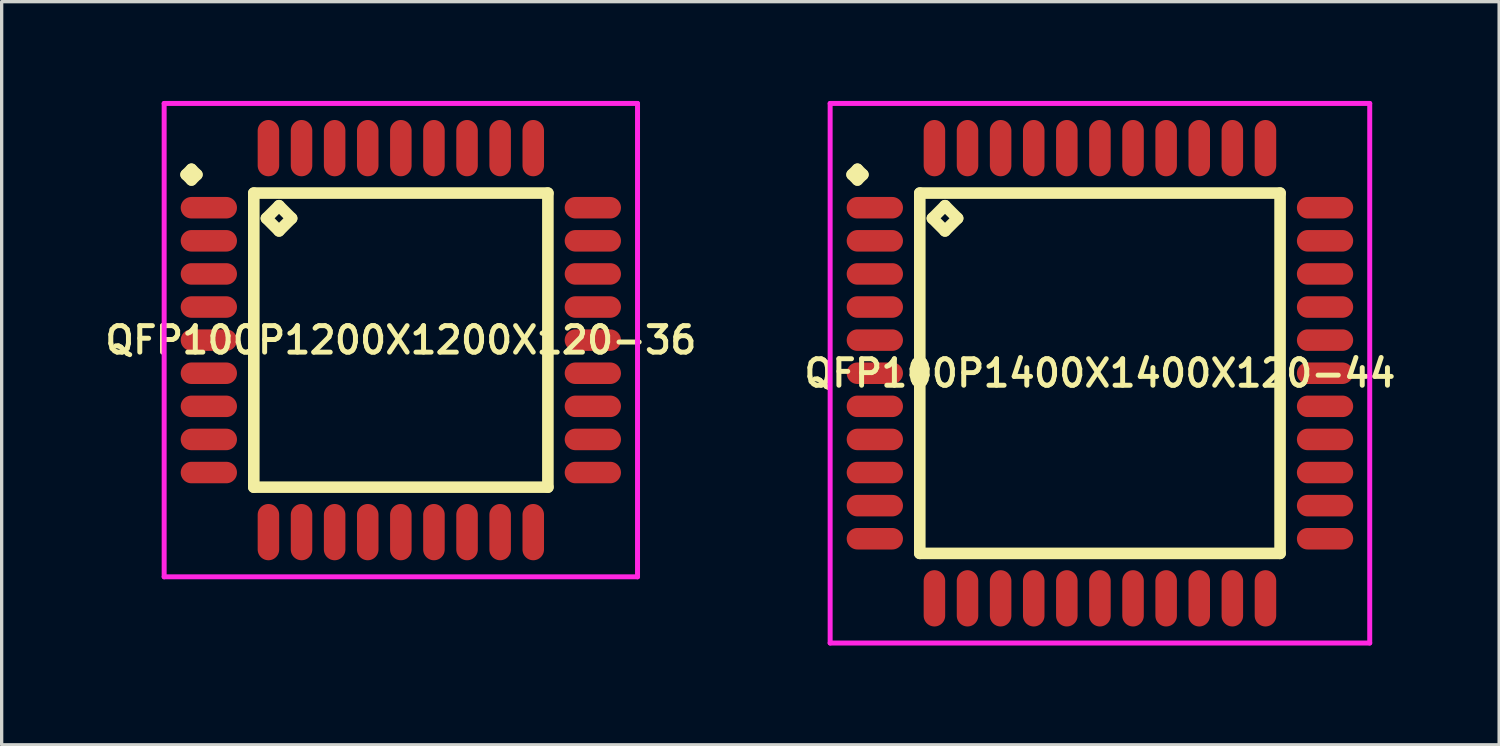
<source format=kicad_pcb>
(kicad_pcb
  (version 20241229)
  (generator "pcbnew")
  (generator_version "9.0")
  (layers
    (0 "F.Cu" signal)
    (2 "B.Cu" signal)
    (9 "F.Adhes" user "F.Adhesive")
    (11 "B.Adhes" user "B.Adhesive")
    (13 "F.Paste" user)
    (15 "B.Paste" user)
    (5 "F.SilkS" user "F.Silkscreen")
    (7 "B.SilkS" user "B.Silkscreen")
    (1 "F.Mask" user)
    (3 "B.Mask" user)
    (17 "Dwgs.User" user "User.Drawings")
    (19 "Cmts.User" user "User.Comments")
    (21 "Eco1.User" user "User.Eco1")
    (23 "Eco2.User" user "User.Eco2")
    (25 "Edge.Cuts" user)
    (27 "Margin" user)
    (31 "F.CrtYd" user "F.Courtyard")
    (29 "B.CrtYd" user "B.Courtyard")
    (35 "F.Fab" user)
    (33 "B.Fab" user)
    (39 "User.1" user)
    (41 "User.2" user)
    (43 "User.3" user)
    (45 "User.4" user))
  (footprint "QFP100P1400X1400X120-44"
    (layer "F.Cu")
    (at 30.178 8.225)
    (property "Reference" "QFP100P1400X1400X120-44" (at 0 0 0) (layer "F.SilkS") (effects (font (size 0.8 0.8) (thickness 0.15))))
    (attr smd)
    (fp_line (start -7.487 -6) (end -7.325 -6.162) (stroke (width 0.35) (type solid)) (layer "F.SilkS"))
    (fp_line (start -7.325 -6.162) (end -7.162 -6) (stroke (width 0.35) (type solid)) (layer "F.SilkS"))
    (fp_line (start -7.325 -5.838) (end -7.487 -6) (stroke (width 0.35) (type solid)) (layer "F.SilkS"))
    (fp_line (start -7.162 -6) (end -7.325 -5.838) (stroke (width 0.35) (type solid)) (layer "F.SilkS"))
    (fp_line (start -5.442 -5.442) (end -5.442 5.442) (stroke (width 0.35) (type solid)) (layer "F.SilkS"))
    (fp_line (start -5.442 5.442) (end 5.442 5.442) (stroke (width 0.35) (type solid)) (layer "F.SilkS"))
    (fp_line (start -5.061 -4.68) (end -4.68 -5.061) (stroke (width 0.35) (type solid)) (layer "F.SilkS"))
    (fp_line (start -4.68 -5.061) (end -4.299 -4.68) (stroke (width 0.35) (type solid)) (layer "F.SilkS"))
    (fp_line (start -4.68 -4.299) (end -5.061 -4.68) (stroke (width 0.35) (type solid)) (layer "F.SilkS"))
    (fp_line (start -4.299 -4.68) (end -4.68 -4.299) (stroke (width 0.35) (type solid)) (layer "F.SilkS"))
    (fp_line (start 5.442 -5.442) (end -5.442 -5.442) (stroke (width 0.35) (type solid)) (layer "F.SilkS"))
    (fp_line (start 5.442 5.442) (end 5.442 -5.442) (stroke (width 0.35) (type solid)) (layer "F.SilkS"))
    (fp_line (start -8.15 -8.15) (end 8.15 -8.15) (stroke (width 0.15) (type solid)) (layer "F.CrtYd"))
    (fp_line (start -8.15 8.15) (end -8.15 -8.15) (stroke (width 0.15) (type solid)) (layer "F.CrtYd"))
    (fp_line (start 8.15 -8.15) (end 8.15 8.15) (stroke (width 0.15) (type solid)) (layer "F.CrtYd"))
    (fp_line (start 8.15 8.15) (end -8.15 8.15) (stroke (width 0.15) (type solid)) (layer "F.CrtYd"))
    (pad "1" smd oval (at -6.8 -5) (size 1.7 0.65) (layers "F.Cu" "F.Mask" "F.Paste"))
    (pad "2" smd oval (at -6.8 -4) (size 1.7 0.65) (layers "F.Cu" "F.Mask" "F.Paste"))
    (pad "3" smd oval (at -6.8 -3) (size 1.7 0.65) (layers "F.Cu" "F.Mask" "F.Paste"))
    (pad "4" smd oval (at -6.8 -2) (size 1.7 0.65) (layers "F.Cu" "F.Mask" "F.Paste"))
    (pad "5" smd oval (at -6.8 -1) (size 1.7 0.65) (layers "F.Cu" "F.Mask" "F.Paste"))
    (pad "6" smd oval (at -6.8 0) (size 1.7 0.65) (layers "F.Cu" "F.Mask" "F.Paste"))
    (pad "7" smd oval (at -6.8 1) (size 1.7 0.65) (layers "F.Cu" "F.Mask" "F.Paste"))
    (pad "8" smd oval (at -6.8 2) (size 1.7 0.65) (layers "F.Cu" "F.Mask" "F.Paste"))
    (pad "9" smd oval (at -6.8 3) (size 1.7 0.65) (layers "F.Cu" "F.Mask" "F.Paste"))
    (pad "10" smd oval (at -6.8 4) (size 1.7 0.65) (layers "F.Cu" "F.Mask" "F.Paste"))
    (pad "11" smd oval (at -6.8 5) (size 1.7 0.65) (layers "F.Cu" "F.Mask" "F.Paste"))
    (pad "12" smd oval (at -5 6.8) (size 0.65 1.7) (layers "F.Cu" "F.Mask" "F.Paste"))
    (pad "13" smd oval (at -4 6.8) (size 0.65 1.7) (layers "F.Cu" "F.Mask" "F.Paste"))
    (pad "14" smd oval (at -3 6.8) (size 0.65 1.7) (layers "F.Cu" "F.Mask" "F.Paste"))
    (pad "15" smd oval (at -2 6.8) (size 0.65 1.7) (layers "F.Cu" "F.Mask" "F.Paste"))
    (pad "16" smd oval (at -1 6.8) (size 0.65 1.7) (layers "F.Cu" "F.Mask" "F.Paste"))
    (pad "17" smd oval (at 0 6.8) (size 0.65 1.7) (layers "F.Cu" "F.Mask" "F.Paste"))
    (pad "18" smd oval (at 1 6.8) (size 0.65 1.7) (layers "F.Cu" "F.Mask" "F.Paste"))
    (pad "19" smd oval (at 2 6.8) (size 0.65 1.7) (layers "F.Cu" "F.Mask" "F.Paste"))
    (pad "20" smd oval (at 3 6.8) (size 0.65 1.7) (layers "F.Cu" "F.Mask" "F.Paste"))
    (pad "21" smd oval (at 4 6.8) (size 0.65 1.7) (layers "F.Cu" "F.Mask" "F.Paste"))
    (pad "22" smd oval (at 5 6.8) (size 0.65 1.7) (layers "F.Cu" "F.Mask" "F.Paste"))
    (pad "23" smd oval (at 6.8 5) (size 1.7 0.65) (layers "F.Cu" "F.Mask" "F.Paste"))
    (pad "24" smd oval (at 6.8 4) (size 1.7 0.65) (layers "F.Cu" "F.Mask" "F.Paste"))
    (pad "25" smd oval (at 6.8 3) (size 1.7 0.65) (layers "F.Cu" "F.Mask" "F.Paste"))
    (pad "26" smd oval (at 6.8 2) (size 1.7 0.65) (layers "F.Cu" "F.Mask" "F.Paste"))
    (pad "27" smd oval (at 6.8 1) (size 1.7 0.65) (layers "F.Cu" "F.Mask" "F.Paste"))
    (pad "28" smd oval (at 6.8 0) (size 1.7 0.65) (layers "F.Cu" "F.Mask" "F.Paste"))
    (pad "29" smd oval (at 6.8 -1) (size 1.7 0.65) (layers "F.Cu" "F.Mask" "F.Paste"))
    (pad "30" smd oval (at 6.8 -2) (size 1.7 0.65) (layers "F.Cu" "F.Mask" "F.Paste"))
    (pad "31" smd oval (at 6.8 -3) (size 1.7 0.65) (layers "F.Cu" "F.Mask" "F.Paste"))
    (pad "32" smd oval (at 6.8 -4) (size 1.7 0.65) (layers "F.Cu" "F.Mask" "F.Paste"))
    (pad "33" smd oval (at 6.8 -5) (size 1.7 0.65) (layers "F.Cu" "F.Mask" "F.Paste"))
    (pad "34" smd oval (at 5 -6.8) (size 0.65 1.7) (layers "F.Cu" "F.Mask" "F.Paste"))
    (pad "35" smd oval (at 4 -6.8) (size 0.65 1.7) (layers "F.Cu" "F.Mask" "F.Paste"))
    (pad "36" smd oval (at 3 -6.8) (size 0.65 1.7) (layers "F.Cu" "F.Mask" "F.Paste"))
    (pad "37" smd oval (at 2 -6.8) (size 0.65 1.7) (layers "F.Cu" "F.Mask" "F.Paste"))
    (pad "38" smd oval (at 1 -6.8) (size 0.65 1.7) (layers "F.Cu" "F.Mask" "F.Paste"))
    (pad "39" smd oval (at 0 -6.8) (size 0.65 1.7) (layers "F.Cu" "F.Mask" "F.Paste"))
    (pad "40" smd oval (at -1 -6.8) (size 0.65 1.7) (layers "F.Cu" "F.Mask" "F.Paste"))
    (pad "41" smd oval (at -2 -6.8) (size 0.65 1.7) (layers "F.Cu" "F.Mask" "F.Paste"))
    (pad "42" smd oval (at -3 -6.8) (size 0.65 1.7) (layers "F.Cu" "F.Mask" "F.Paste"))
    (pad "43" smd oval (at -4 -6.8) (size 0.65 1.7) (layers "F.Cu" "F.Mask" "F.Paste"))
    (pad "44" smd oval (at -5 -6.8) (size 0.65 1.7) (layers "F.Cu" "F.Mask" "F.Paste")))
  (footprint "QFP100P1200X1200X120-36"
    (layer "F.Cu")
    (at 9.059 7.225)
    (property "Reference" "QFP100P1200X1200X120-36" (at 0 0 0) (layer "F.SilkS") (effects (font (size 0.8 0.8) (thickness 0.15))))
    (attr smd)
    (fp_line (start -6.487 -5) (end -6.325 -5.162) (stroke (width 0.35) (type solid)) (layer "F.SilkS"))
    (fp_line (start -6.325 -5.162) (end -6.162 -5) (stroke (width 0.35) (type solid)) (layer "F.SilkS"))
    (fp_line (start -6.325 -4.838) (end -6.487 -5) (stroke (width 0.35) (type solid)) (layer "F.SilkS"))
    (fp_line (start -6.162 -5) (end -6.325 -4.838) (stroke (width 0.35) (type solid)) (layer "F.SilkS"))
    (fp_line (start -4.442 -4.442) (end -4.442 4.442) (stroke (width 0.35) (type solid)) (layer "F.SilkS"))
    (fp_line (start -4.442 4.442) (end 4.442 4.442) (stroke (width 0.35) (type solid)) (layer "F.SilkS"))
    (fp_line (start -4.061 -3.68) (end -3.68 -4.061) (stroke (width 0.35) (type solid)) (layer "F.SilkS"))
    (fp_line (start -3.68 -4.061) (end -3.299 -3.68) (stroke (width 0.35) (type solid)) (layer "F.SilkS"))
    (fp_line (start -3.68 -3.299) (end -4.061 -3.68) (stroke (width 0.35) (type solid)) (layer "F.SilkS"))
    (fp_line (start -3.299 -3.68) (end -3.68 -3.299) (stroke (width 0.35) (type solid)) (layer "F.SilkS"))
    (fp_line (start 4.442 -4.442) (end -4.442 -4.442) (stroke (width 0.35) (type solid)) (layer "F.SilkS"))
    (fp_line (start 4.442 4.442) (end 4.442 -4.442) (stroke (width 0.35) (type solid)) (layer "F.SilkS"))
    (fp_line (start -7.15 -7.15) (end 7.15 -7.15) (stroke (width 0.15) (type solid)) (layer "F.CrtYd"))
    (fp_line (start -7.15 7.15) (end -7.15 -7.15) (stroke (width 0.15) (type solid)) (layer "F.CrtYd"))
    (fp_line (start 7.15 -7.15) (end 7.15 7.15) (stroke (width 0.15) (type solid)) (layer "F.CrtYd"))
    (fp_line (start 7.15 7.15) (end -7.15 7.15) (stroke (width 0.15) (type solid)) (layer "F.CrtYd"))
    (pad "1" smd oval (at -5.8 -4) (size 1.7 0.65) (layers "F.Cu" "F.Mask" "F.Paste"))
    (pad "2" smd oval (at -5.8 -3) (size 1.7 0.65) (layers "F.Cu" "F.Mask" "F.Paste"))
    (pad "3" smd oval (at -5.8 -2) (size 1.7 0.65) (layers "F.Cu" "F.Mask" "F.Paste"))
    (pad "4" smd oval (at -5.8 -1) (size 1.7 0.65) (layers "F.Cu" "F.Mask" "F.Paste"))
    (pad "5" smd oval (at -5.8 0) (size 1.7 0.65) (layers "F.Cu" "F.Mask" "F.Paste"))
    (pad "6" smd oval (at -5.8 1) (size 1.7 0.65) (layers "F.Cu" "F.Mask" "F.Paste"))
    (pad "7" smd oval (at -5.8 2) (size 1.7 0.65) (layers "F.Cu" "F.Mask" "F.Paste"))
    (pad "8" smd oval (at -5.8 3) (size 1.7 0.65) (layers "F.Cu" "F.Mask" "F.Paste"))
    (pad "9" smd oval (at -5.8 4) (size 1.7 0.65) (layers "F.Cu" "F.Mask" "F.Paste"))
    (pad "10" smd oval (at -4 5.8) (size 0.65 1.7) (layers "F.Cu" "F.Mask" "F.Paste"))
    (pad "11" smd oval (at -3 5.8) (size 0.65 1.7) (layers "F.Cu" "F.Mask" "F.Paste"))
    (pad "12" smd oval (at -2 5.8) (size 0.65 1.7) (layers "F.Cu" "F.Mask" "F.Paste"))
    (pad "13" smd oval (at -1 5.8) (size 0.65 1.7) (layers "F.Cu" "F.Mask" "F.Paste"))
    (pad "14" smd oval (at 0 5.8) (size 0.65 1.7) (layers "F.Cu" "F.Mask" "F.Paste"))
    (pad "15" smd oval (at 1 5.8) (size 0.65 1.7) (layers "F.Cu" "F.Mask" "F.Paste"))
    (pad "16" smd oval (at 2 5.8) (size 0.65 1.7) (layers "F.Cu" "F.Mask" "F.Paste"))
    (pad "17" smd oval (at 3 5.8) (size 0.65 1.7) (layers "F.Cu" "F.Mask" "F.Paste"))
    (pad "18" smd oval (at 4 5.8) (size 0.65 1.7) (layers "F.Cu" "F.Mask" "F.Paste"))
    (pad "19" smd oval (at 5.8 4) (size 1.7 0.65) (layers "F.Cu" "F.Mask" "F.Paste"))
    (pad "20" smd oval (at 5.8 3) (size 1.7 0.65) (layers "F.Cu" "F.Mask" "F.Paste"))
    (pad "21" smd oval (at 5.8 2) (size 1.7 0.65) (layers "F.Cu" "F.Mask" "F.Paste"))
    (pad "22" smd oval (at 5.8 1) (size 1.7 0.65) (layers "F.Cu" "F.Mask" "F.Paste"))
    (pad "23" smd oval (at 5.8 0) (size 1.7 0.65) (layers "F.Cu" "F.Mask" "F.Paste"))
    (pad "24" smd oval (at 5.8 -1) (size 1.7 0.65) (layers "F.Cu" "F.Mask" "F.Paste"))
    (pad "25" smd oval (at 5.8 -2) (size 1.7 0.65) (layers "F.Cu" "F.Mask" "F.Paste"))
    (pad "26" smd oval (at 5.8 -3) (size 1.7 0.65) (layers "F.Cu" "F.Mask" "F.Paste"))
    (pad "27" smd oval (at 5.8 -4) (size 1.7 0.65) (layers "F.Cu" "F.Mask" "F.Paste"))
    (pad "28" smd oval (at 4 -5.8) (size 0.65 1.7) (layers "F.Cu" "F.Mask" "F.Paste"))
    (pad "29" smd oval (at 3 -5.8) (size 0.65 1.7) (layers "F.Cu" "F.Mask" "F.Paste"))
    (pad "30" smd oval (at 2 -5.8) (size 0.65 1.7) (layers "F.Cu" "F.Mask" "F.Paste"))
    (pad "31" smd oval (at 1 -5.8) (size 0.65 1.7) (layers "F.Cu" "F.Mask" "F.Paste"))
    (pad "32" smd oval (at 0 -5.8) (size 0.65 1.7) (layers "F.Cu" "F.Mask" "F.Paste"))
    (pad "33" smd oval (at -1 -5.8) (size 0.65 1.7) (layers "F.Cu" "F.Mask" "F.Paste"))
    (pad "34" smd oval (at -2 -5.8) (size 0.65 1.7) (layers "F.Cu" "F.Mask" "F.Paste"))
    (pad "35" smd oval (at -3 -5.8) (size 0.65 1.7) (layers "F.Cu" "F.Mask" "F.Paste"))
    (pad "36" smd oval (at -4 -5.8) (size 0.65 1.7) (layers "F.Cu" "F.Mask" "F.Paste")))
  (gr_rect
    (start -3 -3)
    (end 42.237 19.45)
    (stroke (width 0.1) (type default))
    (fill no)
    (layer "Edge.Cuts")))
</source>
